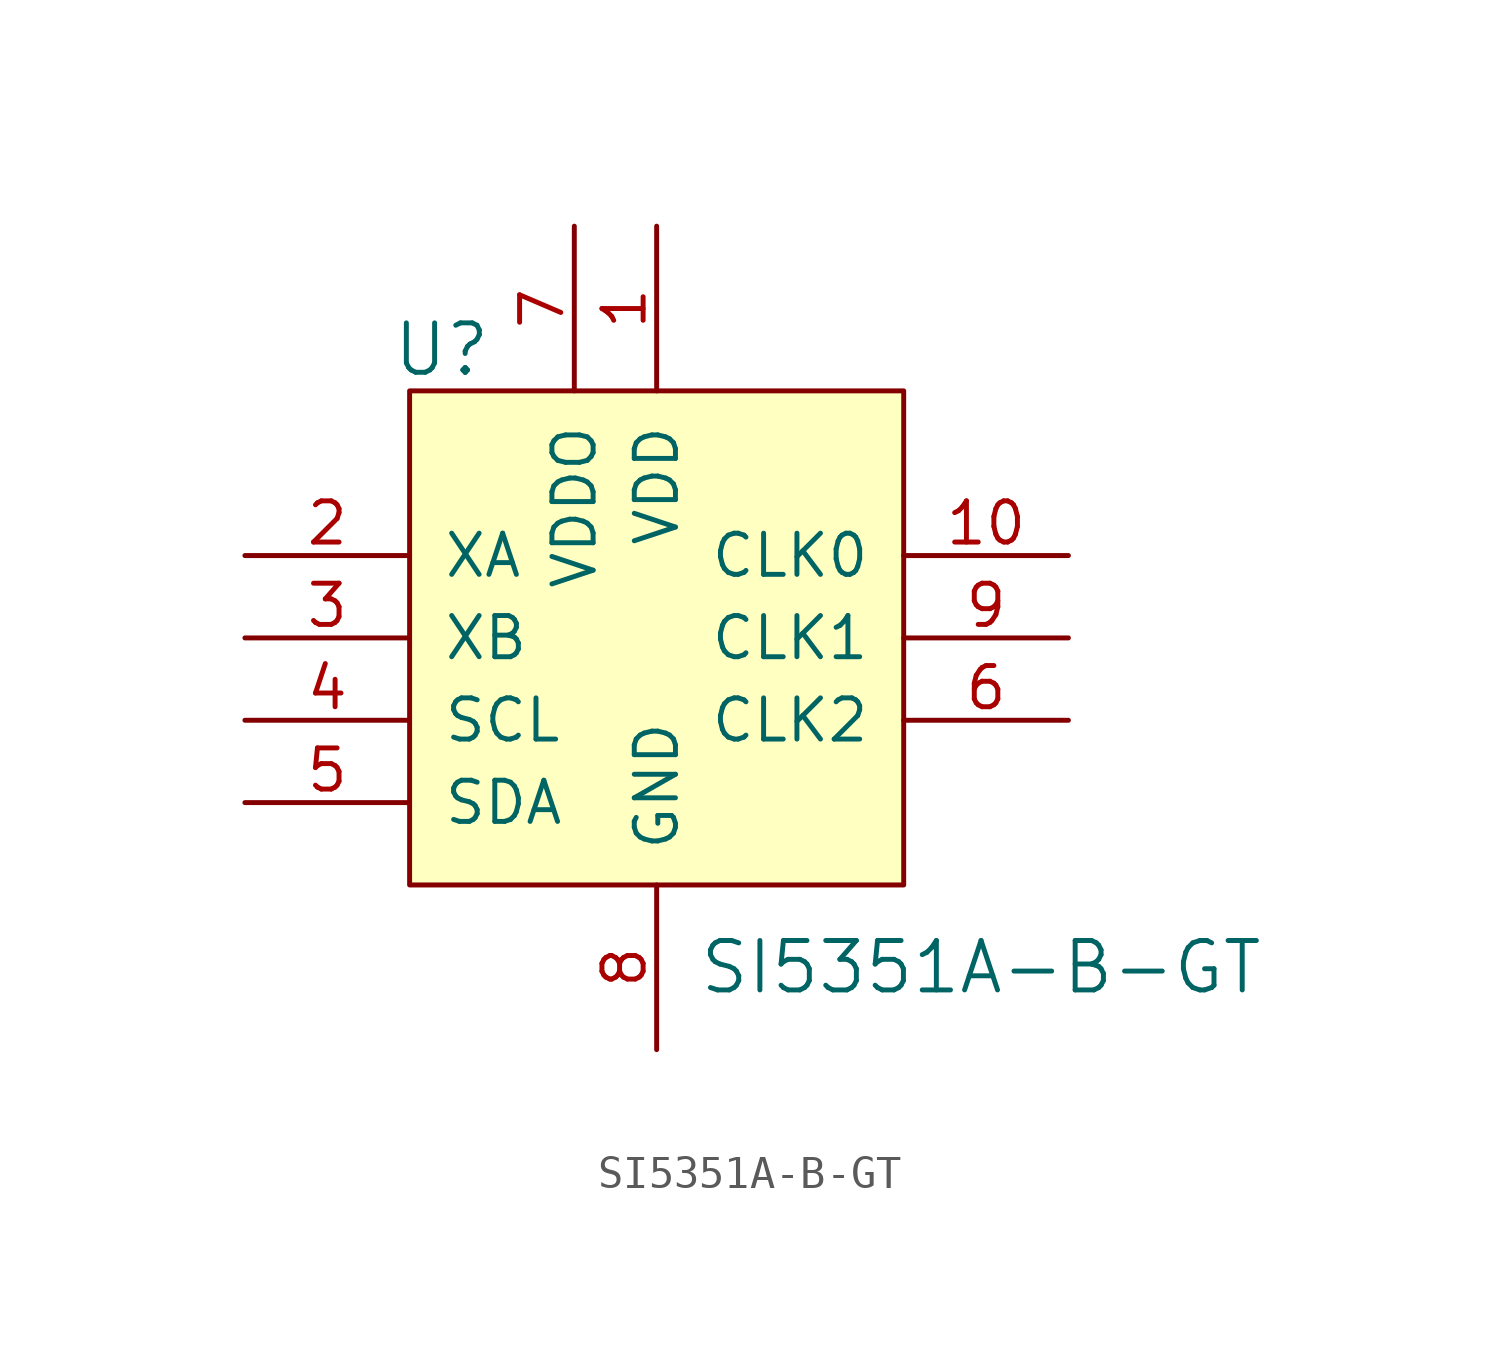
<source format=kicad_sym>
(kicad_symbol_lib
  (version 20211014)
  (generator kicad_symbol_editor)
  (symbol "SI5351A-B-GT"
    (pin_names
      (offset 1.016))
    (property "Reference" "U"
      (at -5.08 8.89 0)
      (effects (font (size 1.524 1.524)) (justify right)))
    (property "Value" "SI5351A-B-GT"
      (at 1.27 -10.16 0)
      (effects (font (size 1.524 1.524)) (justify left)))
    (symbol "SI5351A-B-GT_0_1"
      (rectangle (start -7.62 7.62) (end 7.62 -7.62) (stroke (width 0) (type default) (color 0 0 0 0)) (fill (type background))))
    (symbol "SI5351A-B-GT_1_1"
      (pin power_in line (at 0 12.7 270) (length 5.08) (name "VDD" (effects (font (size 1.27 1.27)))) (number "1" (effects (font (size 1.27 1.27)))))
      (pin output line (at 12.7 2.54 180) (length 5.08) (name "CLK0" (effects (font (size 1.27 1.27)))) (number "10" (effects (font (size 1.27 1.27)))))
      (pin input line (at -12.7 2.54 0) (length 5.08) (name "XA" (effects (font (size 1.27 1.27)))) (number "2" (effects (font (size 1.27 1.27)))))
      (pin input line (at -12.7 0 0) (length 5.08) (name "XB" (effects (font (size 1.27 1.27)))) (number "3" (effects (font (size 1.27 1.27)))))
      (pin input line (at -12.7 -2.54 0) (length 5.08) (name "SCL" (effects (font (size 1.27 1.27)))) (number "4" (effects (font (size 1.27 1.27)))))
      (pin bidirectional line (at -12.7 -5.08 0) (length 5.08) (name "SDA" (effects (font (size 1.27 1.27)))) (number "5" (effects (font (size 1.27 1.27)))))
      (pin output line (at 12.7 -2.54 180) (length 5.08) (name "CLK2" (effects (font (size 1.27 1.27)))) (number "6" (effects (font (size 1.27 1.27)))))
      (pin power_in line (at -2.54 12.7 270) (length 5.08) (name "VDDO" (effects (font (size 1.27 1.27)))) (number "7" (effects (font (size 1.27 1.27)))))
      (pin power_in line (at 0 -12.7 90) (length 5.08) (name "GND" (effects (font (size 1.27 1.27)))) (number "8" (effects (font (size 1.27 1.27)))))
      (pin output line (at 12.7 0 180) (length 5.08) (name "CLK1" (effects (font (size 1.27 1.27)))) (number "9" (effects (font (size 1.27 1.27))))))))
</source>
